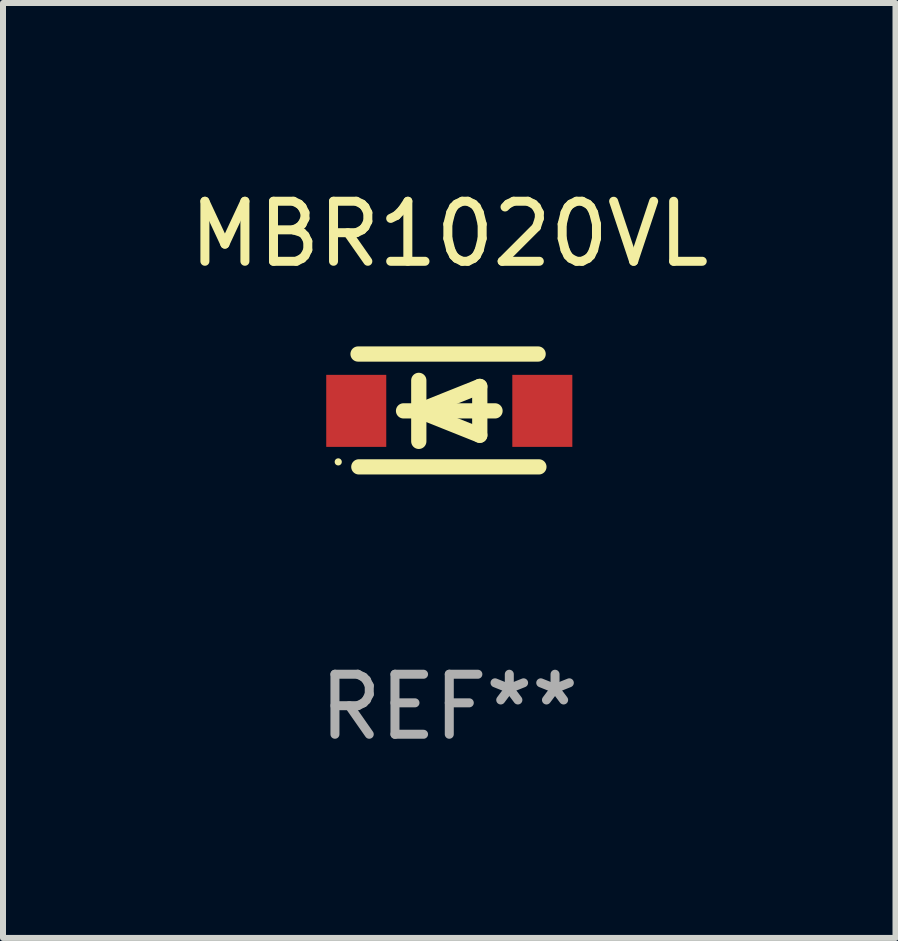
<source format=kicad_pcb>
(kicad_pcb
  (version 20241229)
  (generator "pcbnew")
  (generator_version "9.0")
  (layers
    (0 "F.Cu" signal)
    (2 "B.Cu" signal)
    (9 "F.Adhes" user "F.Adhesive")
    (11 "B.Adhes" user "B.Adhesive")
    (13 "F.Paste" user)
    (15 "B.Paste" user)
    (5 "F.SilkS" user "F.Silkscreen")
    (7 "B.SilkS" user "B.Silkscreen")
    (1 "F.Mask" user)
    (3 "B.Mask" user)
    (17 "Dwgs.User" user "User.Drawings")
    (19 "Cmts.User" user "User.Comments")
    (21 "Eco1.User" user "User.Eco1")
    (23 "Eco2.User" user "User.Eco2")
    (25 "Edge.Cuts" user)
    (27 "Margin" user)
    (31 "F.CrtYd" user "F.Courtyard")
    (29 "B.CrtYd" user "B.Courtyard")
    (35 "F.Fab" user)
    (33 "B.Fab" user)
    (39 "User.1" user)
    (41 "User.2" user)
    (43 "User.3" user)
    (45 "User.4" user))
  (footprint "MBR1020VL"
    (layer "F.Cu")
    (at 4.435 3.788)
    (property "Reference" "MBR1020VL" (at 0 -2.94 0) (layer "F.SilkS") (effects (font (size 1 1) (thickness 0.15))))
    (attr through_hole)
    (fp_line (start -1.52 -0.94) (end 1.48 -0.94) (stroke (width 0.254) (type solid)) (layer "F.SilkS"))
    (fp_line (start -1.507 0.94) (end 1.493 0.94) (stroke (width 0.254) (type solid)) (layer "F.SilkS"))
    (fp_line (start -0.762 0.007) (end 0.762 0.007) (stroke (width 0.254) (type solid)) (layer "F.SilkS"))
    (fp_line (start -0.508 -0.501) (end -0.508 0.515) (stroke (width 0.254) (type solid)) (layer "F.SilkS"))
    (fp_line (start -0.508 0.007) (end 0.508 -0.4) (stroke (width 0.254) (type solid)) (layer "F.SilkS"))
    (fp_line (start 0.508 -0.4) (end 0.508 0.413) (stroke (width 0.254) (type solid)) (layer "F.SilkS"))
    (fp_line (start 0.508 0.413) (end -0.508 0.007) (stroke (width 0.254) (type solid)) (layer "F.SilkS"))
    (fp_circle (center -1.85 0.857) (end -1.82 0.857) (stroke (width 0.06) (type solid)) (fill no) (layer "F.SilkS"))
    (fp_text user "REF**" (at 0 4.94 0) (layer "F.Fab") (effects (font (size 1 1) (thickness 0.15))))
    (pad "1" smd rect (at -1.55 0.007) (size 1 1.2) (layers "F.Cu" "F.Mask" "F.Paste"))
    (pad "2" smd rect (at 1.55 0.007) (size 1 1.2) (layers "F.Cu" "F.Mask" "F.Paste")))
  (gr_rect
    (start -3 -3)
    (end 11.869 12.576)
    (stroke (width 0.1) (type default))
    (fill no)
    (layer "Edge.Cuts")))
</source>
